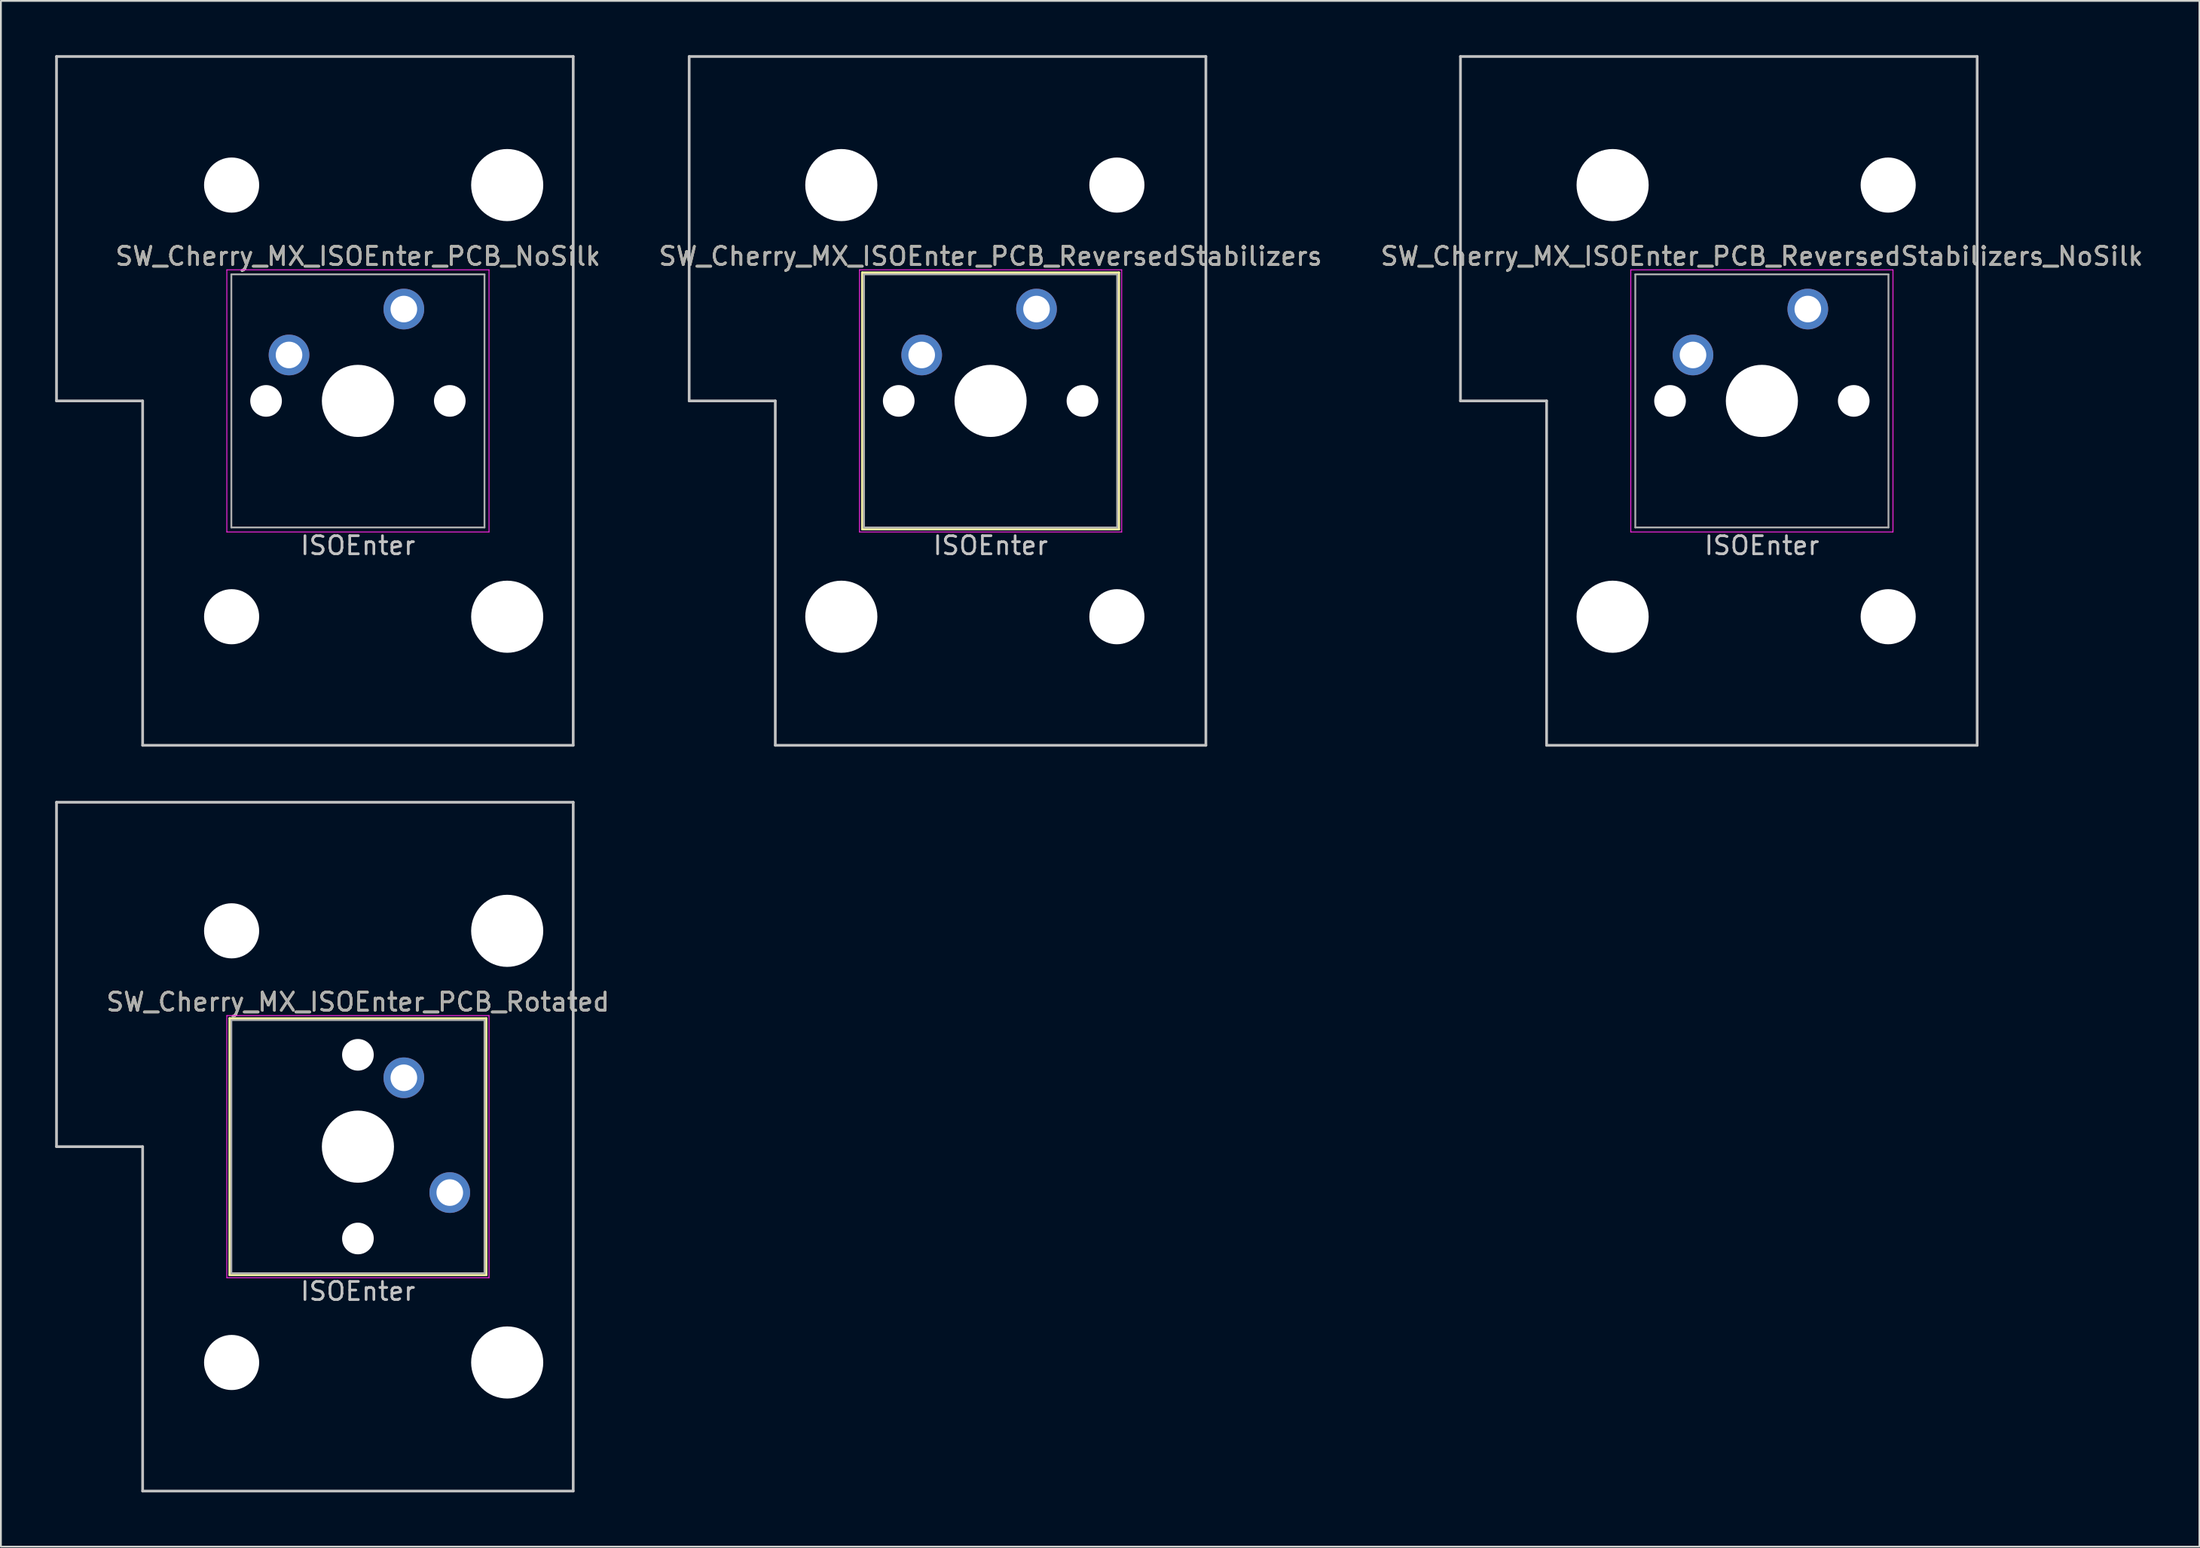
<source format=kicad_pcb>
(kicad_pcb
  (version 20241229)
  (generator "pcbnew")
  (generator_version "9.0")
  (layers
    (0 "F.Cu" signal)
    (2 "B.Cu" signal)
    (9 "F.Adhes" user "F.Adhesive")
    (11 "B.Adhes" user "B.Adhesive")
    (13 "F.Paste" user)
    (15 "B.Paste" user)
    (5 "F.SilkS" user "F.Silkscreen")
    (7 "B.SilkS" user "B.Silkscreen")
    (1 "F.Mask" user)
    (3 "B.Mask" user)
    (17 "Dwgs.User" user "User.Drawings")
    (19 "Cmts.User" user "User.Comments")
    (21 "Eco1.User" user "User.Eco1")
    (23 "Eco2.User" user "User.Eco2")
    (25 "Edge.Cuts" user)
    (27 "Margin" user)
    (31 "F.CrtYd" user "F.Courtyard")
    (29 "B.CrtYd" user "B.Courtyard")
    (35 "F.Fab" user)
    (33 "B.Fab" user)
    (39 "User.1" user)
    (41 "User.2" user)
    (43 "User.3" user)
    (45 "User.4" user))
  (footprint "SW_Cherry_MX_ISOEnter_PCB_NoSilk"
    (layer "F.Cu")
    (at 16.744 19.125)
    (property "Reference" "SW_Cherry_MX_ISOEnter_PCB_NoSilk" (at 0 -8 0) (layer "F.SilkS") (effects (font (size 1 1) (thickness 0.15))))
    (attr through_hole)
    (fp_line (start -16.669 -19.05) (end -16.669 0) (stroke (width 0.15) (type solid)) (layer "Dwgs.User"))
    (fp_line (start -16.669 -19.05) (end 11.906 -19.05) (stroke (width 0.15) (type solid)) (layer "Dwgs.User"))
    (fp_line (start -11.906 0) (end -16.669 0) (stroke (width 0.15) (type solid)) (layer "Dwgs.User"))
    (fp_line (start -11.906 19.05) (end -11.906 0) (stroke (width 0.15) (type solid)) (layer "Dwgs.User"))
    (fp_line (start -11.906 19.05) (end 11.906 19.05) (stroke (width 0.15) (type solid)) (layer "Dwgs.User"))
    (fp_line (start 11.906 -19.05) (end 11.906 19.05) (stroke (width 0.15) (type solid)) (layer "Dwgs.User"))
    (fp_line (start -7.25 -7.25) (end 7.25 -7.25) (stroke (width 0.05) (type solid)) (layer "F.CrtYd"))
    (fp_line (start -7.25 7.25) (end -7.25 -7.25) (stroke (width 0.05) (type solid)) (layer "F.CrtYd"))
    (fp_line (start 7.25 -7.25) (end 7.25 7.25) (stroke (width 0.05) (type solid)) (layer "F.CrtYd"))
    (fp_line (start 7.25 7.25) (end -7.25 7.25) (stroke (width 0.05) (type solid)) (layer "F.CrtYd"))
    (fp_line (start -7 -7) (end 7 -7) (stroke (width 0.1) (type solid)) (layer "F.Fab"))
    (fp_line (start -7 7) (end -7 -7) (stroke (width 0.1) (type solid)) (layer "F.Fab"))
    (fp_line (start 7 -7) (end 7 7) (stroke (width 0.1) (type solid)) (layer "F.Fab"))
    (fp_line (start 7 7) (end -7 7) (stroke (width 0.1) (type solid)) (layer "F.Fab"))
    (fp_text user "ISOEnter" (at 0 8 0) (layer "Dwgs.User") (effects (font (size 1 1) (thickness 0.15))))
    (fp_text user "${REFERENCE}" (at 0 -8 0) (layer "F.Fab") (effects (font (size 1 1) (thickness 0.15))))
    (pad "" np_thru_hole circle (at -6.985 -11.938) (size 3.048 3.048) (drill 3.048) (layers "*.Cu" "*.Mask"))
    (pad "" np_thru_hole circle (at -6.985 11.938) (size 3.048 3.048) (drill 3.048) (layers "*.Cu" "*.Mask"))
    (pad "" np_thru_hole circle (at -5.08 0 48.1) (size 1.75 1.75) (drill 1.75) (layers "*.Cu" "*.Mask"))
    (pad "" np_thru_hole circle (at 0 0) (size 3.988 3.988) (drill 3.988) (layers "*.Cu" "*.Mask"))
    (pad "" np_thru_hole circle (at 5.08 0 48.1) (size 1.75 1.75) (drill 1.75) (layers "*.Cu" "*.Mask"))
    (pad "" np_thru_hole circle (at 8.255 -11.938) (size 3.988 3.988) (drill 3.988) (layers "*.Cu" "*.Mask"))
    (pad "" np_thru_hole circle (at 8.255 11.938) (size 3.988 3.988) (drill 3.988) (layers "*.Cu" "*.Mask"))
    (pad "1" thru_hole circle (at -3.81 -2.54) (size 2.25 2.25) (drill 1.47) (layers "*.Cu" "B.Mask"))
    (pad "2" thru_hole circle (at 2.54 -5.08) (size 2.25 2.25) (drill 1.47) (layers "*.Cu" "B.Mask")))
  (footprint "SW_Cherry_MX_ISOEnter_PCB_ReversedStabilizers_NoSilk"
    (layer "F.Cu")
    (at 94.387 19.125)
    (property "Reference" "SW_Cherry_MX_ISOEnter_PCB_ReversedStabilizers_NoSilk" (at 0 -8 0) (layer "F.SilkS") (effects (font (size 1 1) (thickness 0.15))))
    (attr through_hole)
    (fp_line (start -16.669 -19.05) (end -16.669 0) (stroke (width 0.15) (type solid)) (layer "Dwgs.User"))
    (fp_line (start -16.669 -19.05) (end 11.906 -19.05) (stroke (width 0.15) (type solid)) (layer "Dwgs.User"))
    (fp_line (start -11.906 0) (end -16.669 0) (stroke (width 0.15) (type solid)) (layer "Dwgs.User"))
    (fp_line (start -11.906 19.05) (end -11.906 0) (stroke (width 0.15) (type solid)) (layer "Dwgs.User"))
    (fp_line (start -11.906 19.05) (end 11.906 19.05) (stroke (width 0.15) (type solid)) (layer "Dwgs.User"))
    (fp_line (start 11.906 -19.05) (end 11.906 19.05) (stroke (width 0.15) (type solid)) (layer "Dwgs.User"))
    (fp_line (start -7.25 -7.25) (end 7.25 -7.25) (stroke (width 0.05) (type solid)) (layer "F.CrtYd"))
    (fp_line (start -7.25 7.25) (end -7.25 -7.25) (stroke (width 0.05) (type solid)) (layer "F.CrtYd"))
    (fp_line (start 7.25 -7.25) (end 7.25 7.25) (stroke (width 0.05) (type solid)) (layer "F.CrtYd"))
    (fp_line (start 7.25 7.25) (end -7.25 7.25) (stroke (width 0.05) (type solid)) (layer "F.CrtYd"))
    (fp_line (start -7 -7) (end 7 -7) (stroke (width 0.1) (type solid)) (layer "F.Fab"))
    (fp_line (start -7 7) (end -7 -7) (stroke (width 0.1) (type solid)) (layer "F.Fab"))
    (fp_line (start 7 -7) (end 7 7) (stroke (width 0.1) (type solid)) (layer "F.Fab"))
    (fp_line (start 7 7) (end -7 7) (stroke (width 0.1) (type solid)) (layer "F.Fab"))
    (fp_text user "ISOEnter" (at 0 8 0) (layer "Dwgs.User") (effects (font (size 1 1) (thickness 0.15))))
    (fp_text user "${REFERENCE}" (at 0 -8 0) (layer "F.Fab") (effects (font (size 1 1) (thickness 0.15))))
    (pad "" np_thru_hole circle (at -8.255 -11.938) (size 3.988 3.988) (drill 3.988) (layers "*.Cu" "*.Mask"))
    (pad "" np_thru_hole circle (at -8.255 11.938) (size 3.988 3.988) (drill 3.988) (layers "*.Cu" "*.Mask"))
    (pad "" np_thru_hole circle (at -5.08 0 48.1) (size 1.75 1.75) (drill 1.75) (layers "*.Cu" "*.Mask"))
    (pad "" np_thru_hole circle (at 0 0) (size 3.988 3.988) (drill 3.988) (layers "*.Cu" "*.Mask"))
    (pad "" np_thru_hole circle (at 5.08 0 48.1) (size 1.75 1.75) (drill 1.75) (layers "*.Cu" "*.Mask"))
    (pad "" np_thru_hole circle (at 6.985 -11.938) (size 3.048 3.048) (drill 3.048) (layers "*.Cu" "*.Mask"))
    (pad "" np_thru_hole circle (at 6.985 11.938) (size 3.048 3.048) (drill 3.048) (layers "*.Cu" "*.Mask"))
    (pad "1" thru_hole circle (at -3.81 -2.54) (size 2.25 2.25) (drill 1.47) (layers "*.Cu" "B.Mask"))
    (pad "2" thru_hole circle (at 2.54 -5.08) (size 2.25 2.25) (drill 1.47) (layers "*.Cu" "B.Mask")))
  (footprint "SW_Cherry_MX_ISOEnter_PCB_ReversedStabilizers"
    (layer "F.Cu")
    (at 51.732 19.125)
    (property "Reference" "SW_Cherry_MX_ISOEnter_PCB_ReversedStabilizers" (at 0 -8 0) (layer "F.SilkS") (effects (font (size 1 1) (thickness 0.15))))
    (attr through_hole)
    (fp_line (start -7.1 -7.1) (end 7.1 -7.1) (stroke (width 0.12) (type solid)) (layer "F.SilkS"))
    (fp_line (start -7.1 7.1) (end -7.1 -7.1) (stroke (width 0.12) (type solid)) (layer "F.SilkS"))
    (fp_line (start 7.1 -7.1) (end 7.1 7.1) (stroke (width 0.12) (type solid)) (layer "F.SilkS"))
    (fp_line (start 7.1 7.1) (end -7.1 7.1) (stroke (width 0.12) (type solid)) (layer "F.SilkS"))
    (fp_line (start -16.669 -19.05) (end -16.669 0) (stroke (width 0.15) (type solid)) (layer "Dwgs.User"))
    (fp_line (start -16.669 -19.05) (end 11.906 -19.05) (stroke (width 0.15) (type solid)) (layer "Dwgs.User"))
    (fp_line (start -11.906 0) (end -16.669 0) (stroke (width 0.15) (type solid)) (layer "Dwgs.User"))
    (fp_line (start -11.906 19.05) (end -11.906 0) (stroke (width 0.15) (type solid)) (layer "Dwgs.User"))
    (fp_line (start -11.906 19.05) (end 11.906 19.05) (stroke (width 0.15) (type solid)) (layer "Dwgs.User"))
    (fp_line (start 11.906 -19.05) (end 11.906 19.05) (stroke (width 0.15) (type solid)) (layer "Dwgs.User"))
    (fp_line (start -7.25 -7.25) (end 7.25 -7.25) (stroke (width 0.05) (type solid)) (layer "F.CrtYd"))
    (fp_line (start -7.25 7.25) (end -7.25 -7.25) (stroke (width 0.05) (type solid)) (layer "F.CrtYd"))
    (fp_line (start 7.25 -7.25) (end 7.25 7.25) (stroke (width 0.05) (type solid)) (layer "F.CrtYd"))
    (fp_line (start 7.25 7.25) (end -7.25 7.25) (stroke (width 0.05) (type solid)) (layer "F.CrtYd"))
    (fp_line (start -7 -7) (end 7 -7) (stroke (width 0.1) (type solid)) (layer "F.Fab"))
    (fp_line (start -7 7) (end -7 -7) (stroke (width 0.1) (type solid)) (layer "F.Fab"))
    (fp_line (start 7 -7) (end 7 7) (stroke (width 0.1) (type solid)) (layer "F.Fab"))
    (fp_line (start 7 7) (end -7 7) (stroke (width 0.1) (type solid)) (layer "F.Fab"))
    (fp_text user "ISOEnter" (at 0 8 0) (layer "Dwgs.User") (effects (font (size 1 1) (thickness 0.15))))
    (fp_text user "${REFERENCE}" (at 0 -8 0) (layer "F.Fab") (effects (font (size 1 1) (thickness 0.15))))
    (pad "" np_thru_hole circle (at -8.255 -11.938) (size 3.988 3.988) (drill 3.988) (layers "*.Cu" "*.Mask"))
    (pad "" np_thru_hole circle (at -8.255 11.938) (size 3.988 3.988) (drill 3.988) (layers "*.Cu" "*.Mask"))
    (pad "" np_thru_hole circle (at -5.08 0 48.1) (size 1.75 1.75) (drill 1.75) (layers "*.Cu" "*.Mask"))
    (pad "" np_thru_hole circle (at 0 0) (size 3.988 3.988) (drill 3.988) (layers "*.Cu" "*.Mask"))
    (pad "" np_thru_hole circle (at 5.08 0 48.1) (size 1.75 1.75) (drill 1.75) (layers "*.Cu" "*.Mask"))
    (pad "" np_thru_hole circle (at 6.985 -11.938) (size 3.048 3.048) (drill 3.048) (layers "*.Cu" "*.Mask"))
    (pad "" np_thru_hole circle (at 6.985 11.938) (size 3.048 3.048) (drill 3.048) (layers "*.Cu" "*.Mask"))
    (pad "1" thru_hole circle (at -3.81 -2.54) (size 2.25 2.25) (drill 1.47) (layers "*.Cu" "B.Mask"))
    (pad "2" thru_hole circle (at 2.54 -5.08) (size 2.25 2.25) (drill 1.47) (layers "*.Cu" "B.Mask")))
  (footprint "SW_Cherry_MX_ISOEnter_PCB_Rotated"
    (layer "F.Cu")
    (at 16.744 60.375)
    (property "Reference" "SW_Cherry_MX_ISOEnter_PCB_Rotated" (at 0 -8 0) (layer "F.SilkS") (effects (font (size 1 1) (thickness 0.15))))
    (attr through_hole)
    (fp_line (start -7.1 -7.1) (end 7.1 -7.1) (stroke (width 0.12) (type solid)) (layer "F.SilkS"))
    (fp_line (start -7.1 7.1) (end -7.1 -7.1) (stroke (width 0.12) (type solid)) (layer "F.SilkS"))
    (fp_line (start 7.1 -7.1) (end 7.1 7.1) (stroke (width 0.12) (type solid)) (layer "F.SilkS"))
    (fp_line (start 7.1 7.1) (end -7.1 7.1) (stroke (width 0.12) (type solid)) (layer "F.SilkS"))
    (fp_line (start -16.669 -19.05) (end -16.669 0) (stroke (width 0.15) (type solid)) (layer "Dwgs.User"))
    (fp_line (start -16.669 -19.05) (end 11.906 -19.05) (stroke (width 0.15) (type solid)) (layer "Dwgs.User"))
    (fp_line (start -11.906 0) (end -16.669 0) (stroke (width 0.15) (type solid)) (layer "Dwgs.User"))
    (fp_line (start -11.906 19.05) (end -11.906 0) (stroke (width 0.15) (type solid)) (layer "Dwgs.User"))
    (fp_line (start -11.906 19.05) (end 11.906 19.05) (stroke (width 0.15) (type solid)) (layer "Dwgs.User"))
    (fp_line (start 11.906 -19.05) (end 11.906 19.05) (stroke (width 0.15) (type solid)) (layer "Dwgs.User"))
    (fp_line (start -7.25 -7.25) (end 7.25 -7.25) (stroke (width 0.05) (type solid)) (layer "F.CrtYd"))
    (fp_line (start -7.25 7.25) (end -7.25 -7.25) (stroke (width 0.05) (type solid)) (layer "F.CrtYd"))
    (fp_line (start 7.25 -7.25) (end 7.25 7.25) (stroke (width 0.05) (type solid)) (layer "F.CrtYd"))
    (fp_line (start 7.25 7.25) (end -7.25 7.25) (stroke (width 0.05) (type solid)) (layer "F.CrtYd"))
    (fp_line (start -7 -7) (end 7 -7) (stroke (width 0.1) (type solid)) (layer "F.Fab"))
    (fp_line (start -7 7) (end -7 -7) (stroke (width 0.1) (type solid)) (layer "F.Fab"))
    (fp_line (start 7 -7) (end 7 7) (stroke (width 0.1) (type solid)) (layer "F.Fab"))
    (fp_line (start 7 7) (end -7 7) (stroke (width 0.1) (type solid)) (layer "F.Fab"))
    (fp_text user "ISOEnter" (at 0 8 0) (layer "Dwgs.User") (effects (font (size 1 1) (thickness 0.15))))
    (fp_text user "${REFERENCE}" (at 0 -8 0) (layer "F.Fab") (effects (font (size 1 1) (thickness 0.15))))
    (pad "" np_thru_hole circle (at -6.985 -11.938) (size 3.048 3.048) (drill 3.048) (layers "*.Cu" "*.Mask"))
    (pad "" np_thru_hole circle (at -6.985 11.938) (size 3.048 3.048) (drill 3.048) (layers "*.Cu" "*.Mask"))
    (pad "" np_thru_hole circle (at 0 -5.08 48.1) (size 1.75 1.75) (drill 1.75) (layers "*.Cu" "*.Mask"))
    (pad "" np_thru_hole circle (at 0 0) (size 3.988 3.988) (drill 3.988) (layers "*.Cu" "*.Mask"))
    (pad "" np_thru_hole circle (at 0 5.08 48.1) (size 1.75 1.75) (drill 1.75) (layers "*.Cu" "*.Mask"))
    (pad "" np_thru_hole circle (at 8.255 -11.938) (size 3.988 3.988) (drill 3.988) (layers "*.Cu" "*.Mask"))
    (pad "" np_thru_hole circle (at 8.255 11.938) (size 3.988 3.988) (drill 3.988) (layers "*.Cu" "*.Mask"))
    (pad "1" thru_hole circle (at 2.54 -3.81) (size 2.25 2.25) (drill 1.47) (layers "*.Cu" "B.Mask"))
    (pad "2" thru_hole circle (at 5.08 2.54) (size 2.25 2.25) (drill 1.47) (layers "*.Cu" "B.Mask")))
  (gr_rect
    (start -3 -3)
    (end 118.583 82.5)
    (stroke (width 0.1) (type default))
    (fill no)
    (layer "Edge.Cuts")))
</source>
